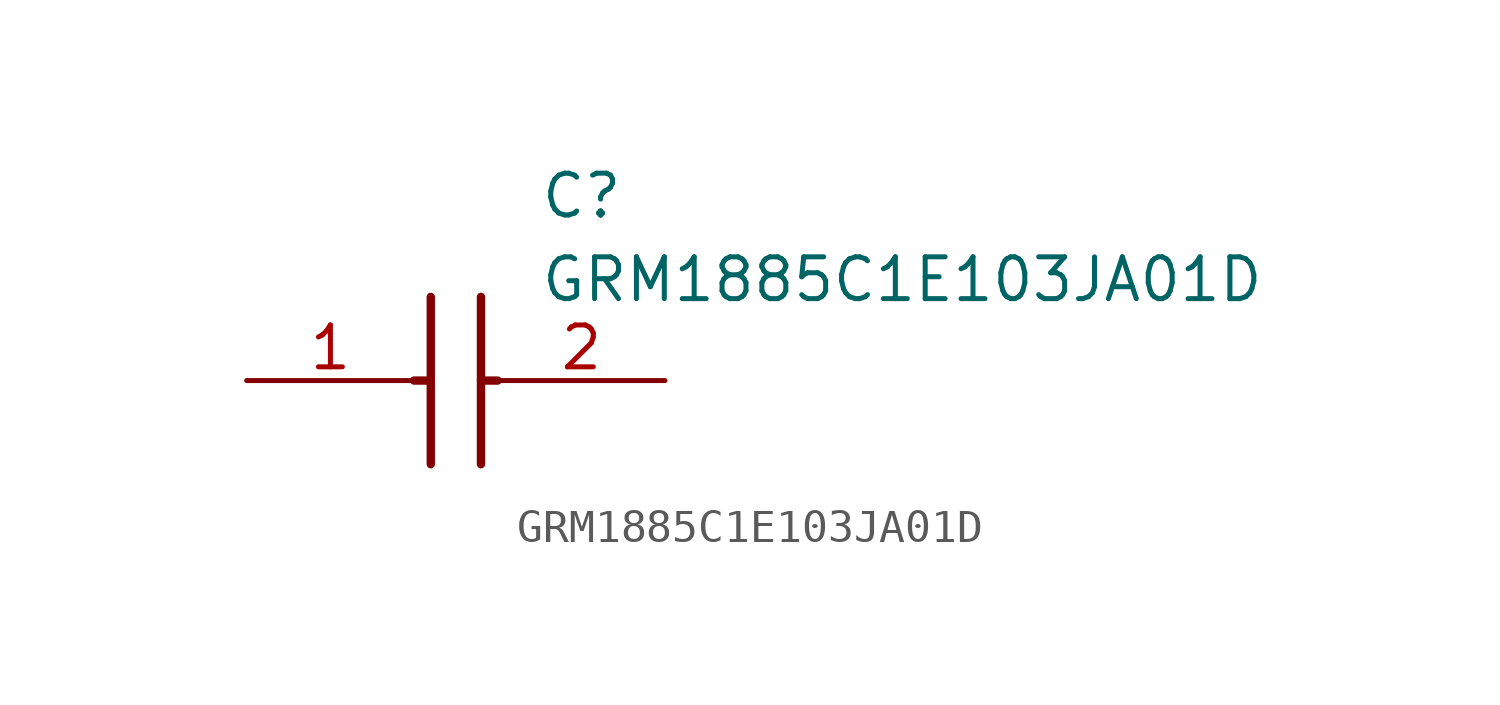
<source format=kicad_sym>
(kicad_symbol_lib
  (version 20211014)
  (generator SamacSys_ECAD_Model)
  (symbol "GRM1885C1E103JA01D"
    (pin_names hide)
    (property "Reference" "C"
      (at 8.89 6.35 0)
      (effects (font (size 1.27 1.27)) (justify left top)))
    (property "Value" "GRM1885C1E103JA01D"
      (at 8.89 3.81 0)
      (effects (font (size 1.27 1.27)) (justify left top)))
    (polyline
      (pts (xy 5.588 2.54) (xy 5.588 -2.54))
      (stroke (width 0.254) (type default))
      (fill (type none)))
    (polyline
      (pts (xy 7.112 2.54) (xy 7.112 -2.54))
      (stroke (width 0.254) (type default))
      (fill (type none)))
    (polyline
      (pts (xy 5.08 0) (xy 5.588 0))
      (stroke (width 0.254) (type default))
      (fill (type none)))
    (polyline
      (pts (xy 7.112 0) (xy 7.62 0))
      (stroke (width 0.254) (type default))
      (fill (type none)))
    (pin passive line
      (at 0 0 0)
      (length 5.08)
      (name "1" (effects (font (size 1.27 1.27))))
      (number "1" (effects (font (size 1.27 1.27)))))
    (pin passive line
      (at 12.7 0 180)
      (length 5.08)
      (name "2" (effects (font (size 1.27 1.27))))
      (number "2" (effects (font (size 1.27 1.27)))))))
</source>
